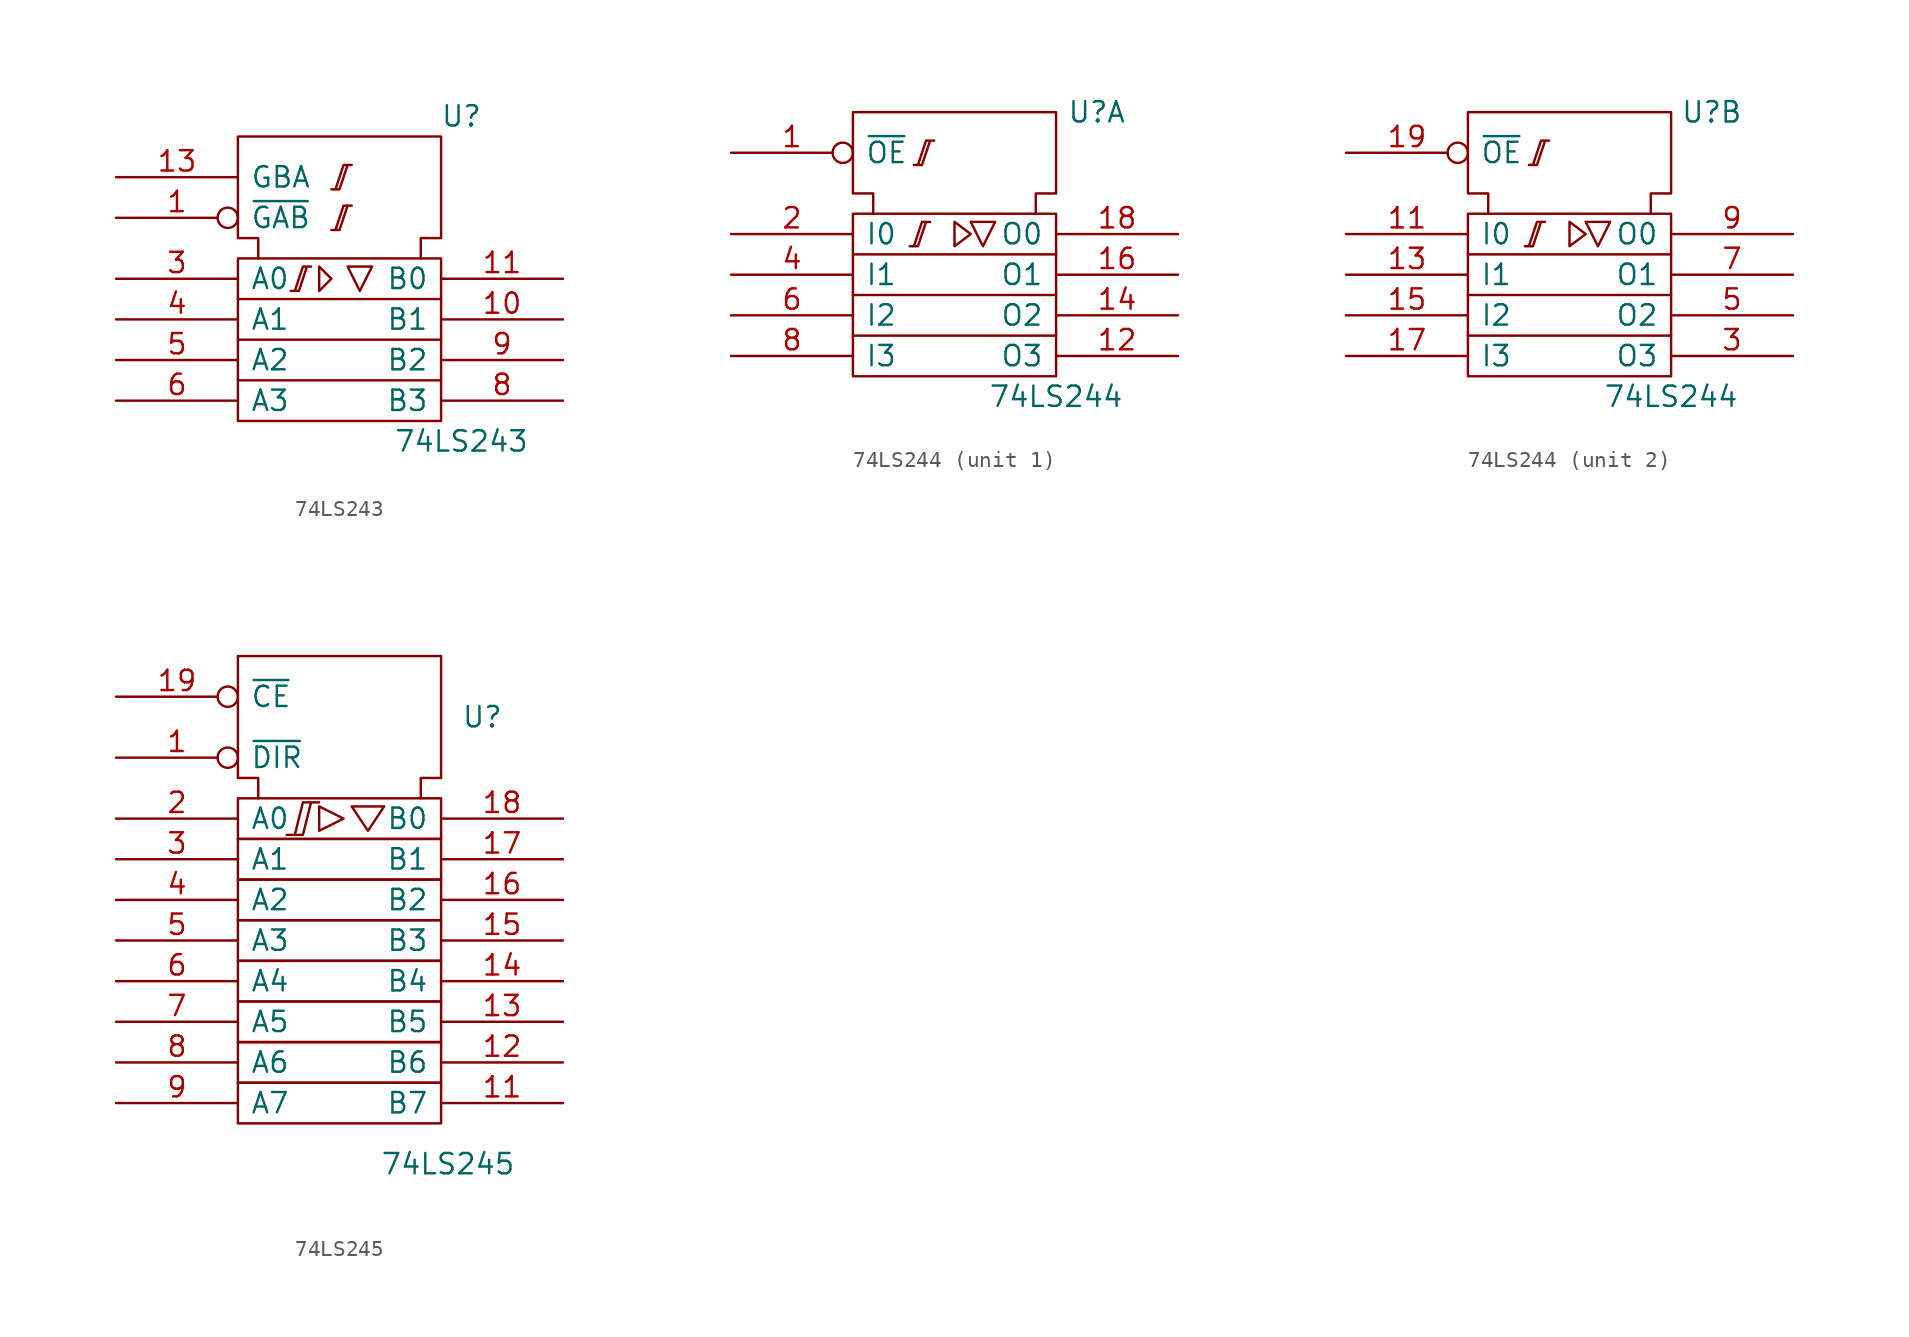
<source format=kicad_sym>
(kicad_symbol_lib
  (version 20201005)
  (generator kicad_symbol_editor)
  (symbol "74xx_IEEE:74LS243"
    (pin_names
      (offset 0.762))
    (property "Reference" "U"
      (at 7.62 12.7 0)
      (effects (font (size 1.27 1.27))))
    (property "Value" "74LS243"
      (at 7.62 -7.62 0)
      (effects (font (size 1.27 1.27))))
    (symbol "74LS243_0_0"
      (pin power_in line (at 5.08 11.43 270) (length 0) hide (name "VCC" (effects (font (size 1.27 1.27)))) (number "14" (effects (font (size 1.27 1.27)))))
      (pin power_in line (at 1.27 11.43 270) (length 0) hide (name "GND" (effects (font (size 1.27 1.27)))) (number "7" (effects (font (size 1.27 1.27))))))
    (symbol "74LS243_0_1"
      (rectangle (start -6.35 3.81) (end 6.35 -6.35) (stroke (width 0)) (fill (type none)))
      (polyline (pts (xy -6.35 -3.81) (xy 6.35 -3.81) (xy 6.35 -3.81)) (stroke (width 0)) (fill (type none)))
      (polyline (pts (xy -6.35 -1.27) (xy 6.35 -1.27) (xy 6.35 -1.27)) (stroke (width 0)) (fill (type none)))
      (polyline (pts (xy -6.35 1.27) (xy 6.35 1.27) (xy 6.35 1.27)) (stroke (width 0)) (fill (type none)))
      (polyline (pts (xy -1.27 3.302) (xy -1.27 1.778) (xy -0.508 2.54) (xy -1.27 3.302) (xy -1.27 3.302)) (stroke (width 0)) (fill (type none)))
      (polyline (pts (xy 0.508 3.302) (xy 2.032 3.302) (xy 1.27 1.778) (xy 0.508 3.302) (xy 0.508 3.302)) (stroke (width 0)) (fill (type none)))
      (polyline (pts (xy -3.048 1.778) (xy -2.54 1.778) (xy -2.032 3.302) (xy -1.778 3.302) (xy -2.286 3.302) (xy -2.794 1.778) (xy -2.794 1.778)) (stroke (width 0)) (fill (type none)))
      (polyline (pts (xy -0.508 5.588) (xy 0 5.588) (xy 0.508 7.112) (xy 0.762 7.112) (xy 0.254 7.112) (xy -0.254 5.588) (xy -0.254 5.588)) (stroke (width 0)) (fill (type none)))
      (polyline (pts (xy -0.508 8.128) (xy 0 8.128) (xy 0.508 9.652) (xy 0.762 9.652) (xy 0.254 9.652) (xy -0.254 8.128) (xy -0.254 8.128)) (stroke (width 0)) (fill (type none)))
      (polyline (pts (xy -5.08 3.81) (xy -5.08 5.08) (xy -6.35 5.08) (xy -6.35 11.43) (xy 6.35 11.43) (xy 6.35 5.08) (xy 5.08 5.08) (xy 5.08 3.81) (xy 5.08 3.81)) (stroke (width 0)) (fill (type none))))
    (symbol "74LS243_1_1"
      (pin input inverted (at -13.97 6.35 0) (length 7.62) (name "~GAB" (effects (font (size 1.27 1.27)))) (number "1" (effects (font (size 1.27 1.27)))))
      (pin tri_state line (at 13.97 0 180) (length 7.62) (name "B1" (effects (font (size 1.27 1.27)))) (number "10" (effects (font (size 1.27 1.27)))))
      (pin tri_state line (at 13.97 2.54 180) (length 7.62) (name "B0" (effects (font (size 1.27 1.27)))) (number "11" (effects (font (size 1.27 1.27)))))
      (pin input line (at -13.97 8.89 0) (length 7.62) (name "GBA" (effects (font (size 1.27 1.27)))) (number "13" (effects (font (size 1.27 1.27)))))
      (pin input line (at -13.97 2.54 0) (length 7.62) (name "A0" (effects (font (size 1.27 1.27)))) (number "3" (effects (font (size 1.27 1.27)))))
      (pin input line (at -13.97 0 0) (length 7.62) (name "A1" (effects (font (size 1.27 1.27)))) (number "4" (effects (font (size 1.27 1.27)))))
      (pin input line (at -13.97 -2.54 0) (length 7.62) (name "A2" (effects (font (size 1.27 1.27)))) (number "5" (effects (font (size 1.27 1.27)))))
      (pin input line (at -13.97 -5.08 0) (length 7.62) (name "A3" (effects (font (size 1.27 1.27)))) (number "6" (effects (font (size 1.27 1.27)))))
      (pin tri_state line (at 13.97 -5.08 180) (length 7.62) (name "B3" (effects (font (size 1.27 1.27)))) (number "8" (effects (font (size 1.27 1.27)))))
      (pin tri_state line (at 13.97 -2.54 180) (length 7.62) (name "B2" (effects (font (size 1.27 1.27)))) (number "9" (effects (font (size 1.27 1.27)))))))
  (symbol "74xx_IEEE:74LS244"
    (pin_names
      (offset 0.762))
    (property "Reference" "U"
      (at 8.89 10.16 0)
      (effects (font (size 1.27 1.27))))
    (property "Value" "74LS244"
      (at 6.35 -7.62 0)
      (effects (font (size 1.27 1.27))))
    (symbol "74LS244_0_0"
      (polyline (pts (xy 1.016 3.302) (xy 2.54 3.302) (xy 1.778 1.778) (xy 1.016 3.302) (xy 1.016 3.302)) (stroke (width 0)) (fill (type none)))
      (pin power_in line (at 1.27 10.16 270) (length 0) hide (name "GND" (effects (font (size 1.27 1.27)))) (number "10" (effects (font (size 1.27 1.27)))))
      (pin power_in line (at 5.08 10.16 270) (length 0) hide (name "VCC" (effects (font (size 1.27 1.27)))) (number "20" (effects (font (size 1.27 1.27))))))
    (symbol "74LS244_0_1"
      (rectangle (start -6.35 3.81) (end 6.35 -6.35) (stroke (width 0)) (fill (type none)))
      (polyline (pts (xy -6.35 -1.27) (xy 6.35 -1.27) (xy 6.35 -1.27)) (stroke (width 0)) (fill (type none)))
      (polyline (pts (xy 6.35 -3.81) (xy -6.35 -3.81) (xy -6.35 -3.81)) (stroke (width 0)) (fill (type none)))
      (polyline (pts (xy 6.35 1.27) (xy -6.35 1.27) (xy -6.35 1.27)) (stroke (width 0)) (fill (type none)))
      (polyline (pts (xy 0 3.302) (xy 0 1.778) (xy 1.016 2.54) (xy 0 3.302) (xy 0 3.302)) (stroke (width 0)) (fill (type none)))
      (polyline (pts (xy -2.794 1.778) (xy -2.286 1.778) (xy -1.778 3.302) (xy -1.524 3.302) (xy -2.032 3.302) (xy -2.54 1.778) (xy -2.54 1.778)) (stroke (width 0)) (fill (type none)))
      (polyline (pts (xy -2.54 6.858) (xy -2.032 6.858) (xy -1.524 8.382) (xy -1.27 8.382) (xy -1.778 8.382) (xy -2.286 6.858) (xy -2.286 6.858)) (stroke (width 0)) (fill (type none)))
      (polyline (pts (xy -5.08 3.81) (xy -5.08 5.08) (xy -6.35 5.08) (xy -6.35 10.16) (xy 6.35 10.16) (xy 6.35 5.08) (xy 5.08 5.08) (xy 5.08 3.81) (xy 5.08 3.81)) (stroke (width 0)) (fill (type none))))
    (symbol "74LS244_1_1"
      (pin input inverted (at -13.97 7.62 0) (length 7.62) (name "~OE" (effects (font (size 1.27 1.27)))) (number "1" (effects (font (size 1.27 1.27)))))
      (pin tri_state line (at 13.97 -5.08 180) (length 7.62) (name "O3" (effects (font (size 1.27 1.27)))) (number "12" (effects (font (size 1.27 1.27)))))
      (pin tri_state line (at 13.97 -2.54 180) (length 7.62) (name "O2" (effects (font (size 1.27 1.27)))) (number "14" (effects (font (size 1.27 1.27)))))
      (pin tri_state line (at 13.97 0 180) (length 7.62) (name "O1" (effects (font (size 1.27 1.27)))) (number "16" (effects (font (size 1.27 1.27)))))
      (pin tri_state line (at 13.97 2.54 180) (length 7.62) (name "O0" (effects (font (size 1.27 1.27)))) (number "18" (effects (font (size 1.27 1.27)))))
      (pin input line (at -13.97 2.54 0) (length 7.62) (name "I0" (effects (font (size 1.27 1.27)))) (number "2" (effects (font (size 1.27 1.27)))))
      (pin input line (at -13.97 0 0) (length 7.62) (name "I1" (effects (font (size 1.27 1.27)))) (number "4" (effects (font (size 1.27 1.27)))))
      (pin input line (at -13.97 -2.54 0) (length 7.62) (name "I2" (effects (font (size 1.27 1.27)))) (number "6" (effects (font (size 1.27 1.27)))))
      (pin input line (at -13.97 -5.08 0) (length 7.62) (name "I3" (effects (font (size 1.27 1.27)))) (number "8" (effects (font (size 1.27 1.27))))))
    (symbol "74LS244_2_1"
      (pin input line (at -13.97 2.54 0) (length 7.62) (name "I0" (effects (font (size 1.27 1.27)))) (number "11" (effects (font (size 1.27 1.27)))))
      (pin input line (at -13.97 0 0) (length 7.62) (name "I1" (effects (font (size 1.27 1.27)))) (number "13" (effects (font (size 1.27 1.27)))))
      (pin input line (at -13.97 -2.54 0) (length 7.62) (name "I2" (effects (font (size 1.27 1.27)))) (number "15" (effects (font (size 1.27 1.27)))))
      (pin input line (at -13.97 -5.08 0) (length 7.62) (name "I3" (effects (font (size 1.27 1.27)))) (number "17" (effects (font (size 1.27 1.27)))))
      (pin input inverted (at -13.97 7.62 0) (length 7.62) (name "~OE" (effects (font (size 1.27 1.27)))) (number "19" (effects (font (size 1.27 1.27)))))
      (pin tri_state line (at 13.97 -5.08 180) (length 7.62) (name "O3" (effects (font (size 1.27 1.27)))) (number "3" (effects (font (size 1.27 1.27)))))
      (pin tri_state line (at 13.97 -2.54 180) (length 7.62) (name "O2" (effects (font (size 1.27 1.27)))) (number "5" (effects (font (size 1.27 1.27)))))
      (pin tri_state line (at 13.97 0 180) (length 7.62) (name "O1" (effects (font (size 1.27 1.27)))) (number "7" (effects (font (size 1.27 1.27)))))
      (pin tri_state line (at 13.97 2.54 180) (length 7.62) (name "O0" (effects (font (size 1.27 1.27)))) (number "9" (effects (font (size 1.27 1.27)))))))
  (symbol "74xx_IEEE:74LS245"
    (pin_names
      (offset 0.762))
    (property "Reference" "U"
      (at 7.62 12.7 0)
      (effects (font (size 1.27 1.27)) (justify left)))
    (property "Value" "74LS245"
      (at 2.54 -15.24 0)
      (effects (font (size 1.27 1.27)) (justify left)))
    (symbol "74LS245_0_0"
      (polyline (pts (xy -1.27 7.112) (xy -1.27 5.588) (xy 0.254 6.35) (xy -1.27 7.112) (xy -1.27 7.112)) (stroke (width 0)) (fill (type none)))
      (polyline (pts (xy 0.762 7.112) (xy 2.794 7.112) (xy 1.778 5.588) (xy 0.762 7.112) (xy 0.762 7.112)) (stroke (width 0)) (fill (type none)))
      (polyline (pts (xy -3.302 5.334) (xy -2.286 5.334) (xy -1.778 7.366) (xy -1.27 7.366) (xy -2.286 7.366) (xy -2.794 5.334) (xy -2.794 5.334)) (stroke (width 0)) (fill (type none)))
      (pin power_in line (at 1.27 16.51 270) (length 0) hide (name "GND" (effects (font (size 1.27 1.27)))) (number "10" (effects (font (size 1.27 1.27)))))
      (pin power_in line (at 5.08 16.51 270) (length 0) hide (name "VCC" (effects (font (size 1.27 1.27)))) (number "20" (effects (font (size 1.27 1.27))))))
    (symbol "74LS245_0_1"
      (rectangle (start -6.35 -10.16) (end 6.35 -12.7) (stroke (width 0)) (fill (type none)))
      (rectangle (start -6.35 -7.62) (end 6.35 -10.16) (stroke (width 0)) (fill (type none)))
      (rectangle (start -6.35 -5.08) (end 6.35 -7.62) (stroke (width 0)) (fill (type none)))
      (rectangle (start -6.35 -2.54) (end 6.35 -5.08) (stroke (width 0)) (fill (type none)))
      (rectangle (start -6.35 0) (end 6.35 -2.54) (stroke (width 0)) (fill (type none)))
      (rectangle (start -6.35 2.54) (end 6.35 0) (stroke (width 0)) (fill (type none)))
      (rectangle (start -6.35 5.08) (end 6.35 2.54) (stroke (width 0)) (fill (type none)))
      (rectangle (start -6.35 7.62) (end 6.35 5.08) (stroke (width 0)) (fill (type none)))
      (polyline (pts (xy -5.08 7.62) (xy -5.08 8.89) (xy -6.35 8.89) (xy -6.35 16.51) (xy 6.35 16.51) (xy 6.35 8.89) (xy 5.08 8.89) (xy 5.08 7.62) (xy 5.08 7.62)) (stroke (width 0)) (fill (type none))))
    (symbol "74LS245_1_1"
      (pin input inverted (at -13.97 10.16 0) (length 7.62) (name "~DIR" (effects (font (size 1.27 1.27)))) (number "1" (effects (font (size 1.27 1.27)))))
      (pin tri_state line (at 13.97 -11.43 180) (length 7.62) (name "B7" (effects (font (size 1.27 1.27)))) (number "11" (effects (font (size 1.27 1.27)))))
      (pin tri_state line (at 13.97 -8.89 180) (length 7.62) (name "B6" (effects (font (size 1.27 1.27)))) (number "12" (effects (font (size 1.27 1.27)))))
      (pin tri_state line (at 13.97 -6.35 180) (length 7.62) (name "B5" (effects (font (size 1.27 1.27)))) (number "13" (effects (font (size 1.27 1.27)))))
      (pin tri_state line (at 13.97 -3.81 180) (length 7.62) (name "B4" (effects (font (size 1.27 1.27)))) (number "14" (effects (font (size 1.27 1.27)))))
      (pin tri_state line (at 13.97 -1.27 180) (length 7.62) (name "B3" (effects (font (size 1.27 1.27)))) (number "15" (effects (font (size 1.27 1.27)))))
      (pin tri_state line (at 13.97 1.27 180) (length 7.62) (name "B2" (effects (font (size 1.27 1.27)))) (number "16" (effects (font (size 1.27 1.27)))))
      (pin tri_state line (at 13.97 3.81 180) (length 7.62) (name "B1" (effects (font (size 1.27 1.27)))) (number "17" (effects (font (size 1.27 1.27)))))
      (pin tri_state line (at 13.97 6.35 180) (length 7.62) (name "B0" (effects (font (size 1.27 1.27)))) (number "18" (effects (font (size 1.27 1.27)))))
      (pin input inverted (at -13.97 13.97 0) (length 7.62) (name "~CE" (effects (font (size 1.27 1.27)))) (number "19" (effects (font (size 1.27 1.27)))))
      (pin tri_state line (at -13.97 6.35 0) (length 7.62) (name "A0" (effects (font (size 1.27 1.27)))) (number "2" (effects (font (size 1.27 1.27)))))
      (pin tri_state line (at -13.97 3.81 0) (length 7.62) (name "A1" (effects (font (size 1.27 1.27)))) (number "3" (effects (font (size 1.27 1.27)))))
      (pin tri_state line (at -13.97 1.27 0) (length 7.62) (name "A2" (effects (font (size 1.27 1.27)))) (number "4" (effects (font (size 1.27 1.27)))))
      (pin tri_state line (at -13.97 -1.27 0) (length 7.62) (name "A3" (effects (font (size 1.27 1.27)))) (number "5" (effects (font (size 1.27 1.27)))))
      (pin tri_state line (at -13.97 -3.81 0) (length 7.62) (name "A4" (effects (font (size 1.27 1.27)))) (number "6" (effects (font (size 1.27 1.27)))))
      (pin tri_state line (at -13.97 -6.35 0) (length 7.62) (name "A5" (effects (font (size 1.27 1.27)))) (number "7" (effects (font (size 1.27 1.27)))))
      (pin tri_state line (at -13.97 -8.89 0) (length 7.62) (name "A6" (effects (font (size 1.27 1.27)))) (number "8" (effects (font (size 1.27 1.27)))))
      (pin tri_state line (at -13.97 -11.43 0) (length 7.62) (name "A7" (effects (font (size 1.27 1.27)))) (number "9" (effects (font (size 1.27 1.27))))))))
</source>
